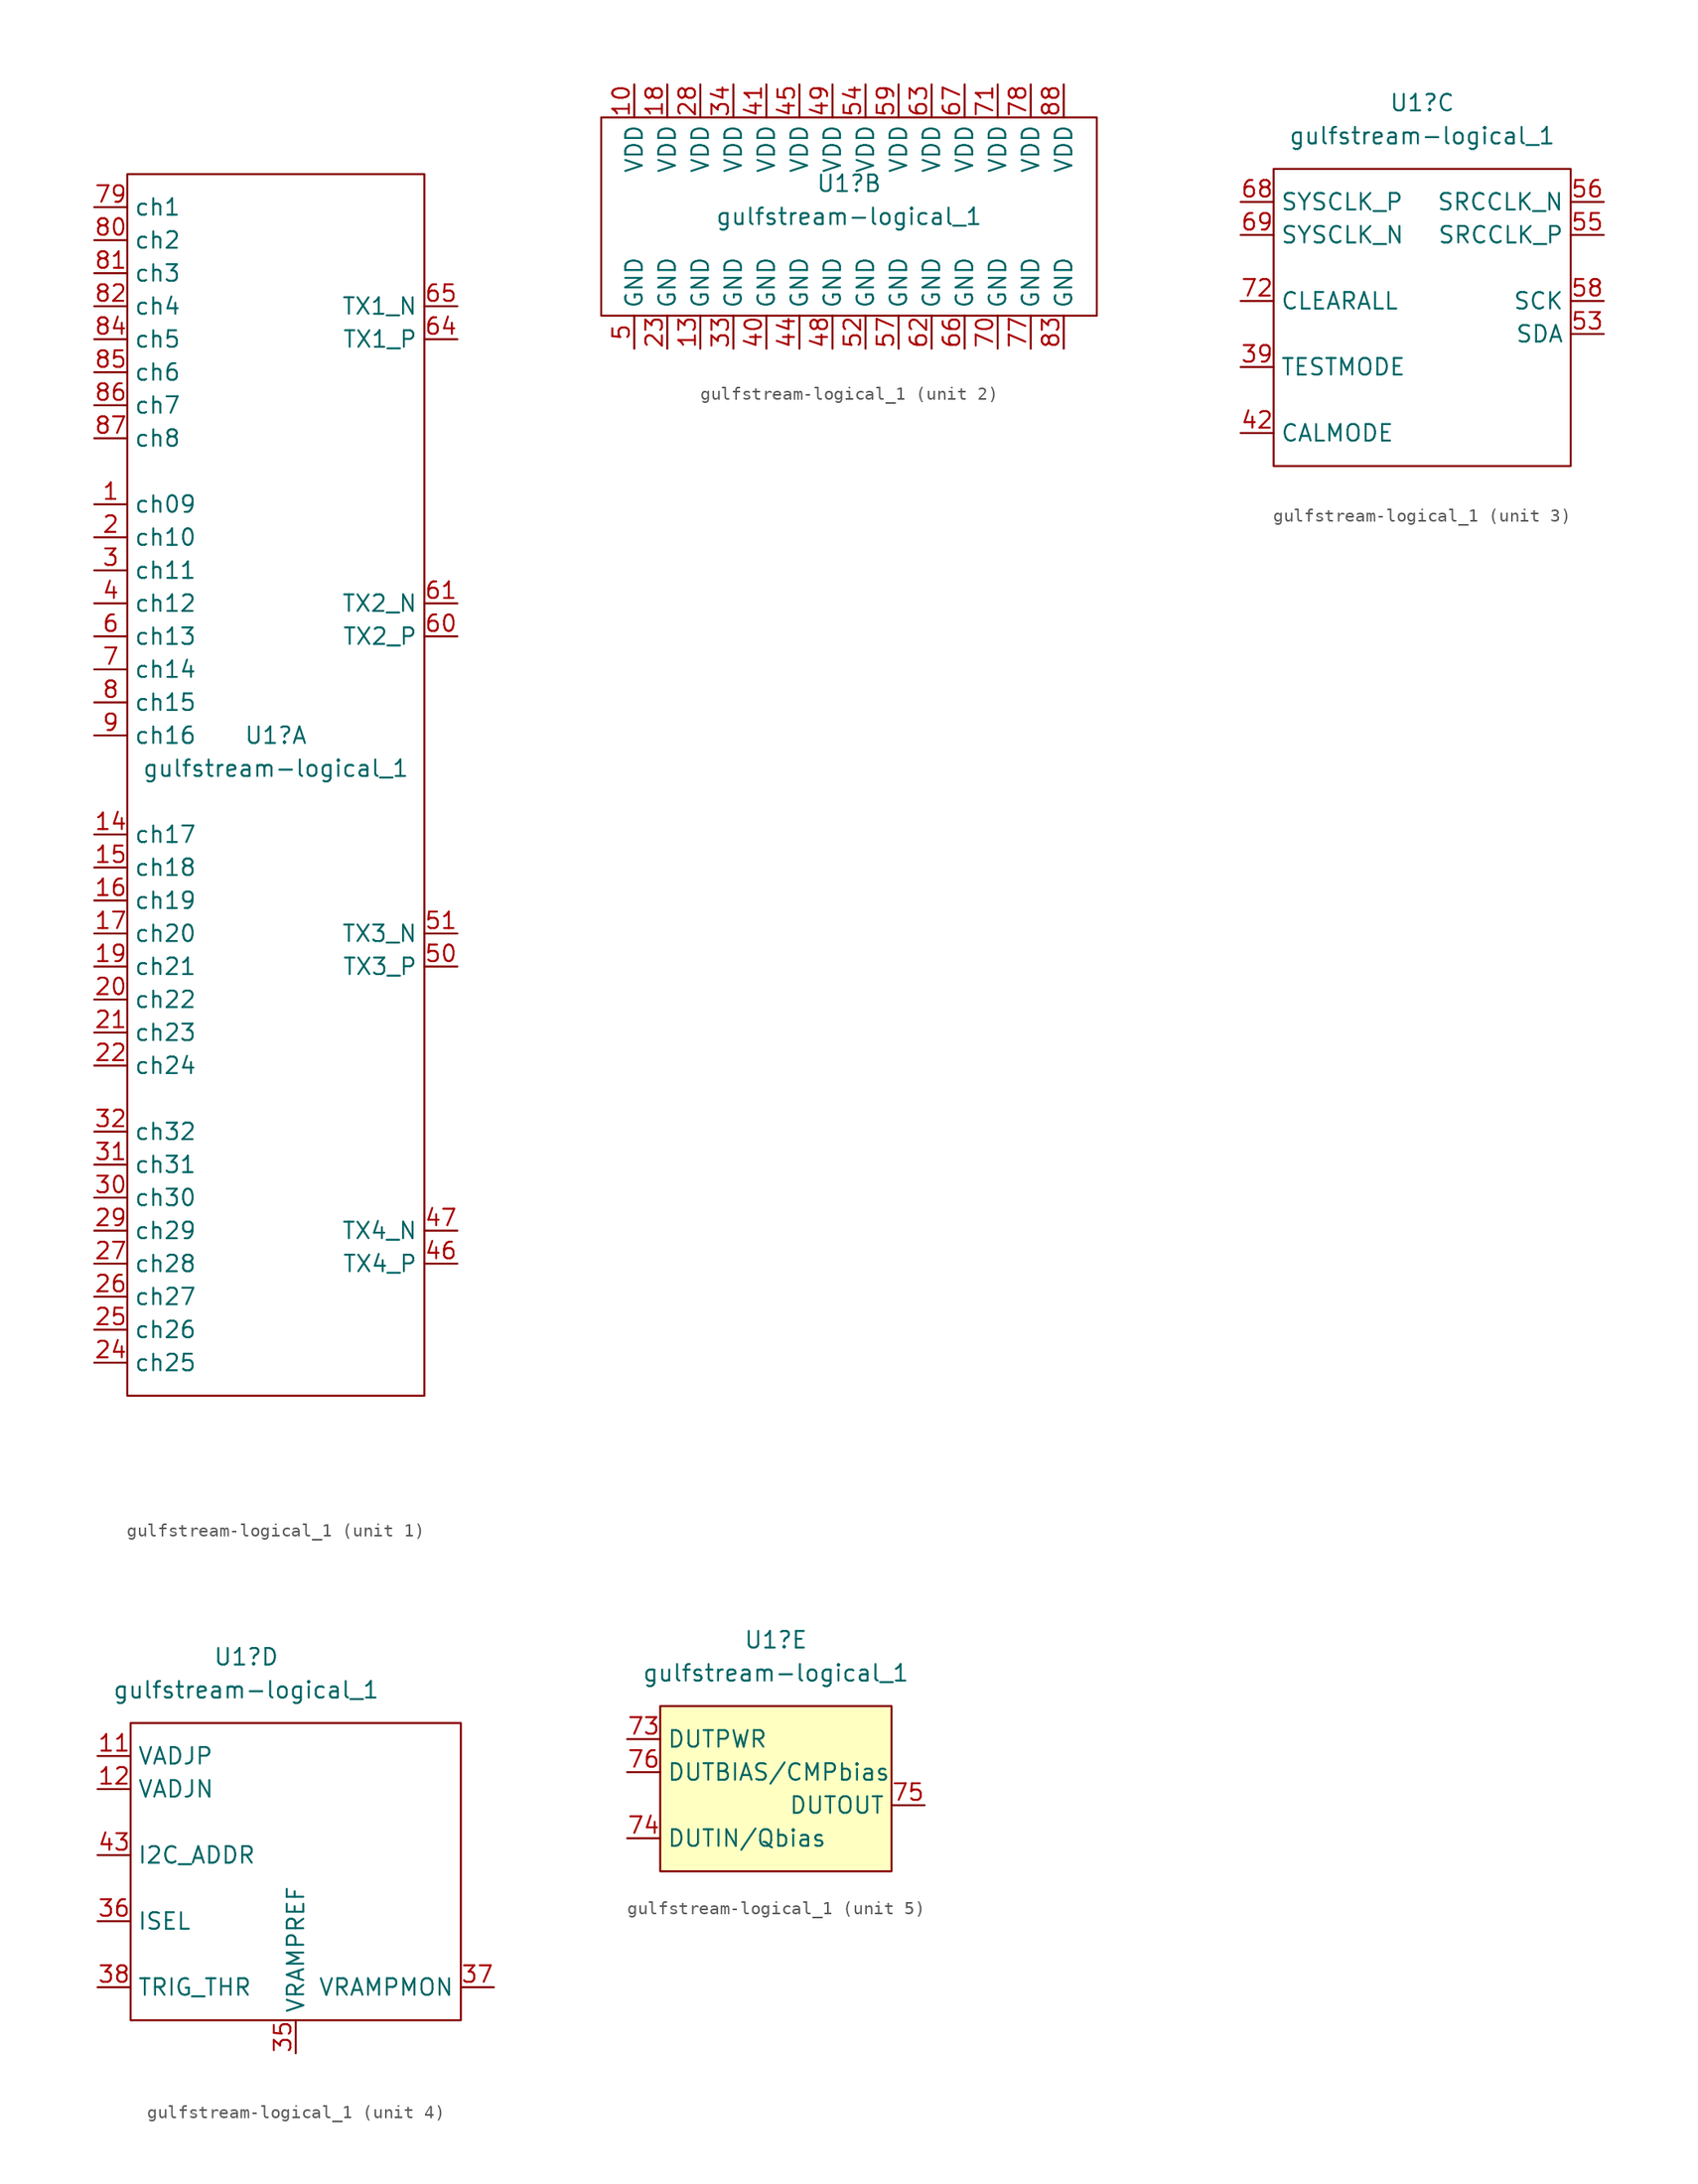
<source format=kicad_sym>
(kicad_symbol_lib
  (version 20211014)
  (generator kicad_symbol_editor)
  (symbol "gulfstream-logical_1"
    (property "Reference" "U1"
      (at -1.27 2.54 0)
      (effects (font (size 1.27 1.27))))
    (property "Value" "gulfstream-logical_1"
      (at -1.27 0 0)
      (effects (font (size 1.27 1.27))))
    (property "ki_locked" ""
      (at 0 0 0)
      (effects (font (size 1.27 1.27))))
    (symbol "gulfstream-logical_1_1_0"
      (pin unspecified line (at -15.24 20.32 0) (length 2.54) (name "ch09" (effects (font (size 1.27 1.27)))) (number "1" (effects (font (size 1.27 1.27)))))
      (pin unspecified line (at -15.24 -5.08 0) (length 2.54) (name "ch17" (effects (font (size 1.27 1.27)))) (number "14" (effects (font (size 1.27 1.27)))))
      (pin unspecified line (at -15.24 -7.62 0) (length 2.54) (name "ch18" (effects (font (size 1.27 1.27)))) (number "15" (effects (font (size 1.27 1.27)))))
      (pin unspecified line (at -15.24 -10.16 0) (length 2.54) (name "ch19" (effects (font (size 1.27 1.27)))) (number "16" (effects (font (size 1.27 1.27)))))
      (pin unspecified line (at -15.24 -12.7 0) (length 2.54) (name "ch20" (effects (font (size 1.27 1.27)))) (number "17" (effects (font (size 1.27 1.27)))))
      (pin unspecified line (at -15.24 -15.24 0) (length 2.54) (name "ch21" (effects (font (size 1.27 1.27)))) (number "19" (effects (font (size 1.27 1.27)))))
      (pin unspecified line (at -15.24 17.78 0) (length 2.54) (name "ch10" (effects (font (size 1.27 1.27)))) (number "2" (effects (font (size 1.27 1.27)))))
      (pin unspecified line (at -15.24 -17.78 0) (length 2.54) (name "ch22" (effects (font (size 1.27 1.27)))) (number "20" (effects (font (size 1.27 1.27)))))
      (pin unspecified line (at -15.24 -20.32 0) (length 2.54) (name "ch23" (effects (font (size 1.27 1.27)))) (number "21" (effects (font (size 1.27 1.27)))))
      (pin unspecified line (at -15.24 -22.86 0) (length 2.54) (name "ch24" (effects (font (size 1.27 1.27)))) (number "22" (effects (font (size 1.27 1.27)))))
      (pin unspecified line (at -15.24 -45.72 0) (length 2.54) (name "ch25" (effects (font (size 1.27 1.27)))) (number "24" (effects (font (size 1.27 1.27)))))
      (pin unspecified line (at -15.24 -43.18 0) (length 2.54) (name "ch26" (effects (font (size 1.27 1.27)))) (number "25" (effects (font (size 1.27 1.27)))))
      (pin unspecified line (at -15.24 -40.64 0) (length 2.54) (name "ch27" (effects (font (size 1.27 1.27)))) (number "26" (effects (font (size 1.27 1.27)))))
      (pin unspecified line (at -15.24 -38.1 0) (length 2.54) (name "ch28" (effects (font (size 1.27 1.27)))) (number "27" (effects (font (size 1.27 1.27)))))
      (pin unspecified line (at -15.24 -35.56 0) (length 2.54) (name "ch29" (effects (font (size 1.27 1.27)))) (number "29" (effects (font (size 1.27 1.27)))))
      (pin unspecified line (at -15.24 15.24 0) (length 2.54) (name "ch11" (effects (font (size 1.27 1.27)))) (number "3" (effects (font (size 1.27 1.27)))))
      (pin unspecified line (at -15.24 -33.02 0) (length 2.54) (name "ch30" (effects (font (size 1.27 1.27)))) (number "30" (effects (font (size 1.27 1.27)))))
      (pin unspecified line (at -15.24 -30.48 0) (length 2.54) (name "ch31" (effects (font (size 1.27 1.27)))) (number "31" (effects (font (size 1.27 1.27)))))
      (pin unspecified line (at -15.24 -27.94 0) (length 2.54) (name "ch32" (effects (font (size 1.27 1.27)))) (number "32" (effects (font (size 1.27 1.27)))))
      (pin unspecified line (at -15.24 12.7 0) (length 2.54) (name "ch12" (effects (font (size 1.27 1.27)))) (number "4" (effects (font (size 1.27 1.27)))))
      (pin unspecified line (at 12.7 -38.1 180) (length 2.54) (name "TX4_P" (effects (font (size 1.27 1.27)))) (number "46" (effects (font (size 1.27 1.27)))))
      (pin unspecified line (at 12.7 -35.56 180) (length 2.54) (name "TX4_N" (effects (font (size 1.27 1.27)))) (number "47" (effects (font (size 1.27 1.27)))))
      (pin unspecified line (at 12.7 -15.24 180) (length 2.54) (name "TX3_P" (effects (font (size 1.27 1.27)))) (number "50" (effects (font (size 1.27 1.27)))))
      (pin unspecified line (at 12.7 -12.7 180) (length 2.54) (name "TX3_N" (effects (font (size 1.27 1.27)))) (number "51" (effects (font (size 1.27 1.27)))))
      (pin unspecified line (at -15.24 10.16 0) (length 2.54) (name "ch13" (effects (font (size 1.27 1.27)))) (number "6" (effects (font (size 1.27 1.27)))))
      (pin unspecified line (at 12.7 10.16 180) (length 2.54) (name "TX2_P" (effects (font (size 1.27 1.27)))) (number "60" (effects (font (size 1.27 1.27)))))
      (pin unspecified line (at 12.7 12.7 180) (length 2.54) (name "TX2_N" (effects (font (size 1.27 1.27)))) (number "61" (effects (font (size 1.27 1.27)))))
      (pin unspecified line (at 12.7 33.02 180) (length 2.54) (name "TX1_P" (effects (font (size 1.27 1.27)))) (number "64" (effects (font (size 1.27 1.27)))))
      (pin unspecified line (at 12.7 35.56 180) (length 2.54) (name "TX1_N" (effects (font (size 1.27 1.27)))) (number "65" (effects (font (size 1.27 1.27)))))
      (pin unspecified line (at -15.24 7.62 0) (length 2.54) (name "ch14" (effects (font (size 1.27 1.27)))) (number "7" (effects (font (size 1.27 1.27)))))
      (pin unspecified line (at -15.24 43.18 0) (length 2.54) (name "ch1" (effects (font (size 1.27 1.27)))) (number "79" (effects (font (size 1.27 1.27)))))
      (pin unspecified line (at -15.24 5.08 0) (length 2.54) (name "ch15" (effects (font (size 1.27 1.27)))) (number "8" (effects (font (size 1.27 1.27)))))
      (pin unspecified line (at -15.24 40.64 0) (length 2.54) (name "ch2" (effects (font (size 1.27 1.27)))) (number "80" (effects (font (size 1.27 1.27)))))
      (pin unspecified line (at -15.24 38.1 0) (length 2.54) (name "ch3" (effects (font (size 1.27 1.27)))) (number "81" (effects (font (size 1.27 1.27)))))
      (pin unspecified line (at -15.24 35.56 0) (length 2.54) (name "ch4" (effects (font (size 1.27 1.27)))) (number "82" (effects (font (size 1.27 1.27)))))
      (pin unspecified line (at -15.24 33.02 0) (length 2.54) (name "ch5" (effects (font (size 1.27 1.27)))) (number "84" (effects (font (size 1.27 1.27)))))
      (pin unspecified line (at -15.24 30.48 0) (length 2.54) (name "ch6" (effects (font (size 1.27 1.27)))) (number "85" (effects (font (size 1.27 1.27)))))
      (pin unspecified line (at -15.24 27.94 0) (length 2.54) (name "ch7" (effects (font (size 1.27 1.27)))) (number "86" (effects (font (size 1.27 1.27)))))
      (pin unspecified line (at -15.24 25.4 0) (length 2.54) (name "ch8" (effects (font (size 1.27 1.27)))) (number "87" (effects (font (size 1.27 1.27)))))
      (pin unspecified line (at -15.24 2.54 0) (length 2.54) (name "ch16" (effects (font (size 1.27 1.27)))) (number "9" (effects (font (size 1.27 1.27))))))
    (symbol "gulfstream-logical_1_1_1"
      (rectangle (start -12.7 -48.26) (end 10.16 45.72) (stroke (width 0) (type default) (color 0 0 0 0)) (fill (type none))))
    (symbol "gulfstream-logical_1_2_0"
      (pin unspecified line (at -17.78 10.16 270) (length 2.54) (name "VDD" (effects (font (size 1.27 1.27)))) (number "10" (effects (font (size 1.27 1.27)))))
      (pin unspecified line (at -12.7 -10.16 90) (length 2.54) (name "GND" (effects (font (size 1.27 1.27)))) (number "13" (effects (font (size 1.27 1.27)))))
      (pin unspecified line (at -15.24 10.16 270) (length 2.54) (name "VDD" (effects (font (size 1.27 1.27)))) (number "18" (effects (font (size 1.27 1.27)))))
      (pin unspecified line (at -15.24 -10.16 90) (length 2.54) (name "GND" (effects (font (size 1.27 1.27)))) (number "23" (effects (font (size 1.27 1.27)))))
      (pin unspecified line (at -12.7 10.16 270) (length 2.54) (name "VDD" (effects (font (size 1.27 1.27)))) (number "28" (effects (font (size 1.27 1.27)))))
      (pin unspecified line (at -10.16 -10.16 90) (length 2.54) (name "GND" (effects (font (size 1.27 1.27)))) (number "33" (effects (font (size 1.27 1.27)))))
      (pin unspecified line (at -10.16 10.16 270) (length 2.54) (name "VDD" (effects (font (size 1.27 1.27)))) (number "34" (effects (font (size 1.27 1.27)))))
      (pin unspecified line (at -7.62 -10.16 90) (length 2.54) (name "GND" (effects (font (size 1.27 1.27)))) (number "40" (effects (font (size 1.27 1.27)))))
      (pin unspecified line (at -7.62 10.16 270) (length 2.54) (name "VDD" (effects (font (size 1.27 1.27)))) (number "41" (effects (font (size 1.27 1.27)))))
      (pin unspecified line (at -5.08 -10.16 90) (length 2.54) (name "GND" (effects (font (size 1.27 1.27)))) (number "44" (effects (font (size 1.27 1.27)))))
      (pin unspecified line (at -5.08 10.16 270) (length 2.54) (name "VDD" (effects (font (size 1.27 1.27)))) (number "45" (effects (font (size 1.27 1.27)))))
      (pin unspecified line (at -2.54 -10.16 90) (length 2.54) (name "GND" (effects (font (size 1.27 1.27)))) (number "48" (effects (font (size 1.27 1.27)))))
      (pin unspecified line (at -2.54 10.16 270) (length 2.54) (name "VDD" (effects (font (size 1.27 1.27)))) (number "49" (effects (font (size 1.27 1.27)))))
      (pin unspecified line (at -17.78 -10.16 90) (length 2.54) (name "GND" (effects (font (size 1.27 1.27)))) (number "5" (effects (font (size 1.27 1.27)))))
      (pin unspecified line (at 0 -10.16 90) (length 2.54) (name "GND" (effects (font (size 1.27 1.27)))) (number "52" (effects (font (size 1.27 1.27)))))
      (pin unspecified line (at 0 10.16 270) (length 2.54) (name "VDD" (effects (font (size 1.27 1.27)))) (number "54" (effects (font (size 1.27 1.27)))))
      (pin unspecified line (at 2.54 -10.16 90) (length 2.54) (name "GND" (effects (font (size 1.27 1.27)))) (number "57" (effects (font (size 1.27 1.27)))))
      (pin unspecified line (at 2.54 10.16 270) (length 2.54) (name "VDD" (effects (font (size 1.27 1.27)))) (number "59" (effects (font (size 1.27 1.27)))))
      (pin unspecified line (at 5.08 -10.16 90) (length 2.54) (name "GND" (effects (font (size 1.27 1.27)))) (number "62" (effects (font (size 1.27 1.27)))))
      (pin unspecified line (at 5.08 10.16 270) (length 2.54) (name "VDD" (effects (font (size 1.27 1.27)))) (number "63" (effects (font (size 1.27 1.27)))))
      (pin unspecified line (at 7.62 -10.16 90) (length 2.54) (name "GND" (effects (font (size 1.27 1.27)))) (number "66" (effects (font (size 1.27 1.27)))))
      (pin unspecified line (at 7.62 10.16 270) (length 2.54) (name "VDD" (effects (font (size 1.27 1.27)))) (number "67" (effects (font (size 1.27 1.27)))))
      (pin unspecified line (at 10.16 -10.16 90) (length 2.54) (name "GND" (effects (font (size 1.27 1.27)))) (number "70" (effects (font (size 1.27 1.27)))))
      (pin unspecified line (at 10.16 10.16 270) (length 2.54) (name "VDD" (effects (font (size 1.27 1.27)))) (number "71" (effects (font (size 1.27 1.27)))))
      (pin unspecified line (at 12.7 -10.16 90) (length 2.54) (name "GND" (effects (font (size 1.27 1.27)))) (number "77" (effects (font (size 1.27 1.27)))))
      (pin unspecified line (at 12.7 10.16 270) (length 2.54) (name "VDD" (effects (font (size 1.27 1.27)))) (number "78" (effects (font (size 1.27 1.27)))))
      (pin unspecified line (at 15.24 -10.16 90) (length 2.54) (name "GND" (effects (font (size 1.27 1.27)))) (number "83" (effects (font (size 1.27 1.27)))))
      (pin unspecified line (at 15.24 10.16 270) (length 2.54) (name "VDD" (effects (font (size 1.27 1.27)))) (number "88" (effects (font (size 1.27 1.27))))))
    (symbol "gulfstream-logical_1_2_1"
      (rectangle (start -20.32 7.62) (end 17.78 -7.62) (stroke (width 0) (type default) (color 0 0 0 0)) (fill (type none))))
    (symbol "gulfstream-logical_1_3_0"
      (pin unspecified line (at -15.24 -17.78 0) (length 2.54) (name "TESTMODE" (effects (font (size 1.27 1.27)))) (number "39" (effects (font (size 1.27 1.27)))))
      (pin unspecified line (at -15.24 -22.86 0) (length 2.54) (name "CALMODE" (effects (font (size 1.27 1.27)))) (number "42" (effects (font (size 1.27 1.27)))))
      (pin unspecified line (at 12.7 -15.24 180) (length 2.54) (name "SDA" (effects (font (size 1.27 1.27)))) (number "53" (effects (font (size 1.27 1.27)))))
      (pin unspecified line (at 12.7 -7.62 180) (length 2.54) (name "SRCCLK_P" (effects (font (size 1.27 1.27)))) (number "55" (effects (font (size 1.27 1.27)))))
      (pin unspecified line (at 12.7 -5.08 180) (length 2.54) (name "SRCCLK_N" (effects (font (size 1.27 1.27)))) (number "56" (effects (font (size 1.27 1.27)))))
      (pin unspecified line (at 12.7 -12.7 180) (length 2.54) (name "SCK" (effects (font (size 1.27 1.27)))) (number "58" (effects (font (size 1.27 1.27)))))
      (pin unspecified line (at -15.24 -5.08 0) (length 2.54) (name "SYSCLK_P" (effects (font (size 1.27 1.27)))) (number "68" (effects (font (size 1.27 1.27)))))
      (pin unspecified line (at -15.24 -7.62 0) (length 2.54) (name "SYSCLK_N" (effects (font (size 1.27 1.27)))) (number "69" (effects (font (size 1.27 1.27)))))
      (pin unspecified line (at -15.24 -12.7 0) (length 2.54) (name "CLEARALL" (effects (font (size 1.27 1.27)))) (number "72" (effects (font (size 1.27 1.27))))))
    (symbol "gulfstream-logical_1_3_1"
      (rectangle (start -12.7 -2.54) (end 10.16 -25.4) (stroke (width 0) (type default) (color 0 0 0 0)) (fill (type none))))
    (symbol "gulfstream-logical_1_4_0"
      (pin unspecified line (at -12.7 -5.08 0) (length 2.54) (name "VADJP" (effects (font (size 1.27 1.27)))) (number "11" (effects (font (size 1.27 1.27)))))
      (pin unspecified line (at -12.7 -7.62 0) (length 2.54) (name "VADJN" (effects (font (size 1.27 1.27)))) (number "12" (effects (font (size 1.27 1.27)))))
      (pin unspecified line (at 2.54 -27.94 90) (length 2.54) (name "VRAMPREF" (effects (font (size 1.27 1.27)))) (number "35" (effects (font (size 1.27 1.27)))))
      (pin unspecified line (at -12.7 -17.78 0) (length 2.54) (name "ISEL" (effects (font (size 1.27 1.27)))) (number "36" (effects (font (size 1.27 1.27)))))
      (pin unspecified line (at 17.78 -22.86 180) (length 2.54) (name "VRAMPMON" (effects (font (size 1.27 1.27)))) (number "37" (effects (font (size 1.27 1.27)))))
      (pin unspecified line (at -12.7 -22.86 0) (length 2.54) (name "TRIG_THR" (effects (font (size 1.27 1.27)))) (number "38" (effects (font (size 1.27 1.27)))))
      (pin unspecified line (at -12.7 -12.7 0) (length 2.54) (name "I2C_ADDR" (effects (font (size 1.27 1.27)))) (number "43" (effects (font (size 1.27 1.27))))))
    (symbol "gulfstream-logical_1_4_1"
      (rectangle (start -10.16 -2.54) (end 15.24 -25.4) (stroke (width 0) (type default) (color 0 0 0 0)) (fill (type none))))
    (symbol "gulfstream-logical_1_5_0"
      (pin unspecified line (at -12.7 -5.08 0) (length 2.54) (name "DUTPWR" (effects (font (size 1.27 1.27)))) (number "73" (effects (font (size 1.27 1.27)))))
      (pin unspecified line (at -12.7 -12.7 0) (length 2.54) (name "DUTIN/Qbias" (effects (font (size 1.27 1.27)))) (number "74" (effects (font (size 1.27 1.27)))))
      (pin unspecified line (at 10.16 -10.16 180) (length 2.54) (name "DUTOUT" (effects (font (size 1.27 1.27)))) (number "75" (effects (font (size 1.27 1.27)))))
      (pin unspecified line (at -12.7 -7.62 0) (length 2.54) (name "DUTBIAS/CMPbias" (effects (font (size 1.27 1.27)))) (number "76" (effects (font (size 1.27 1.27))))))
    (symbol "gulfstream-logical_1_5_1"
      (rectangle (start -10.16 -2.54) (end 7.62 -15.24) (stroke (width 0) (type default) (color 0 0 0 0)) (fill (type background))))))
</source>
